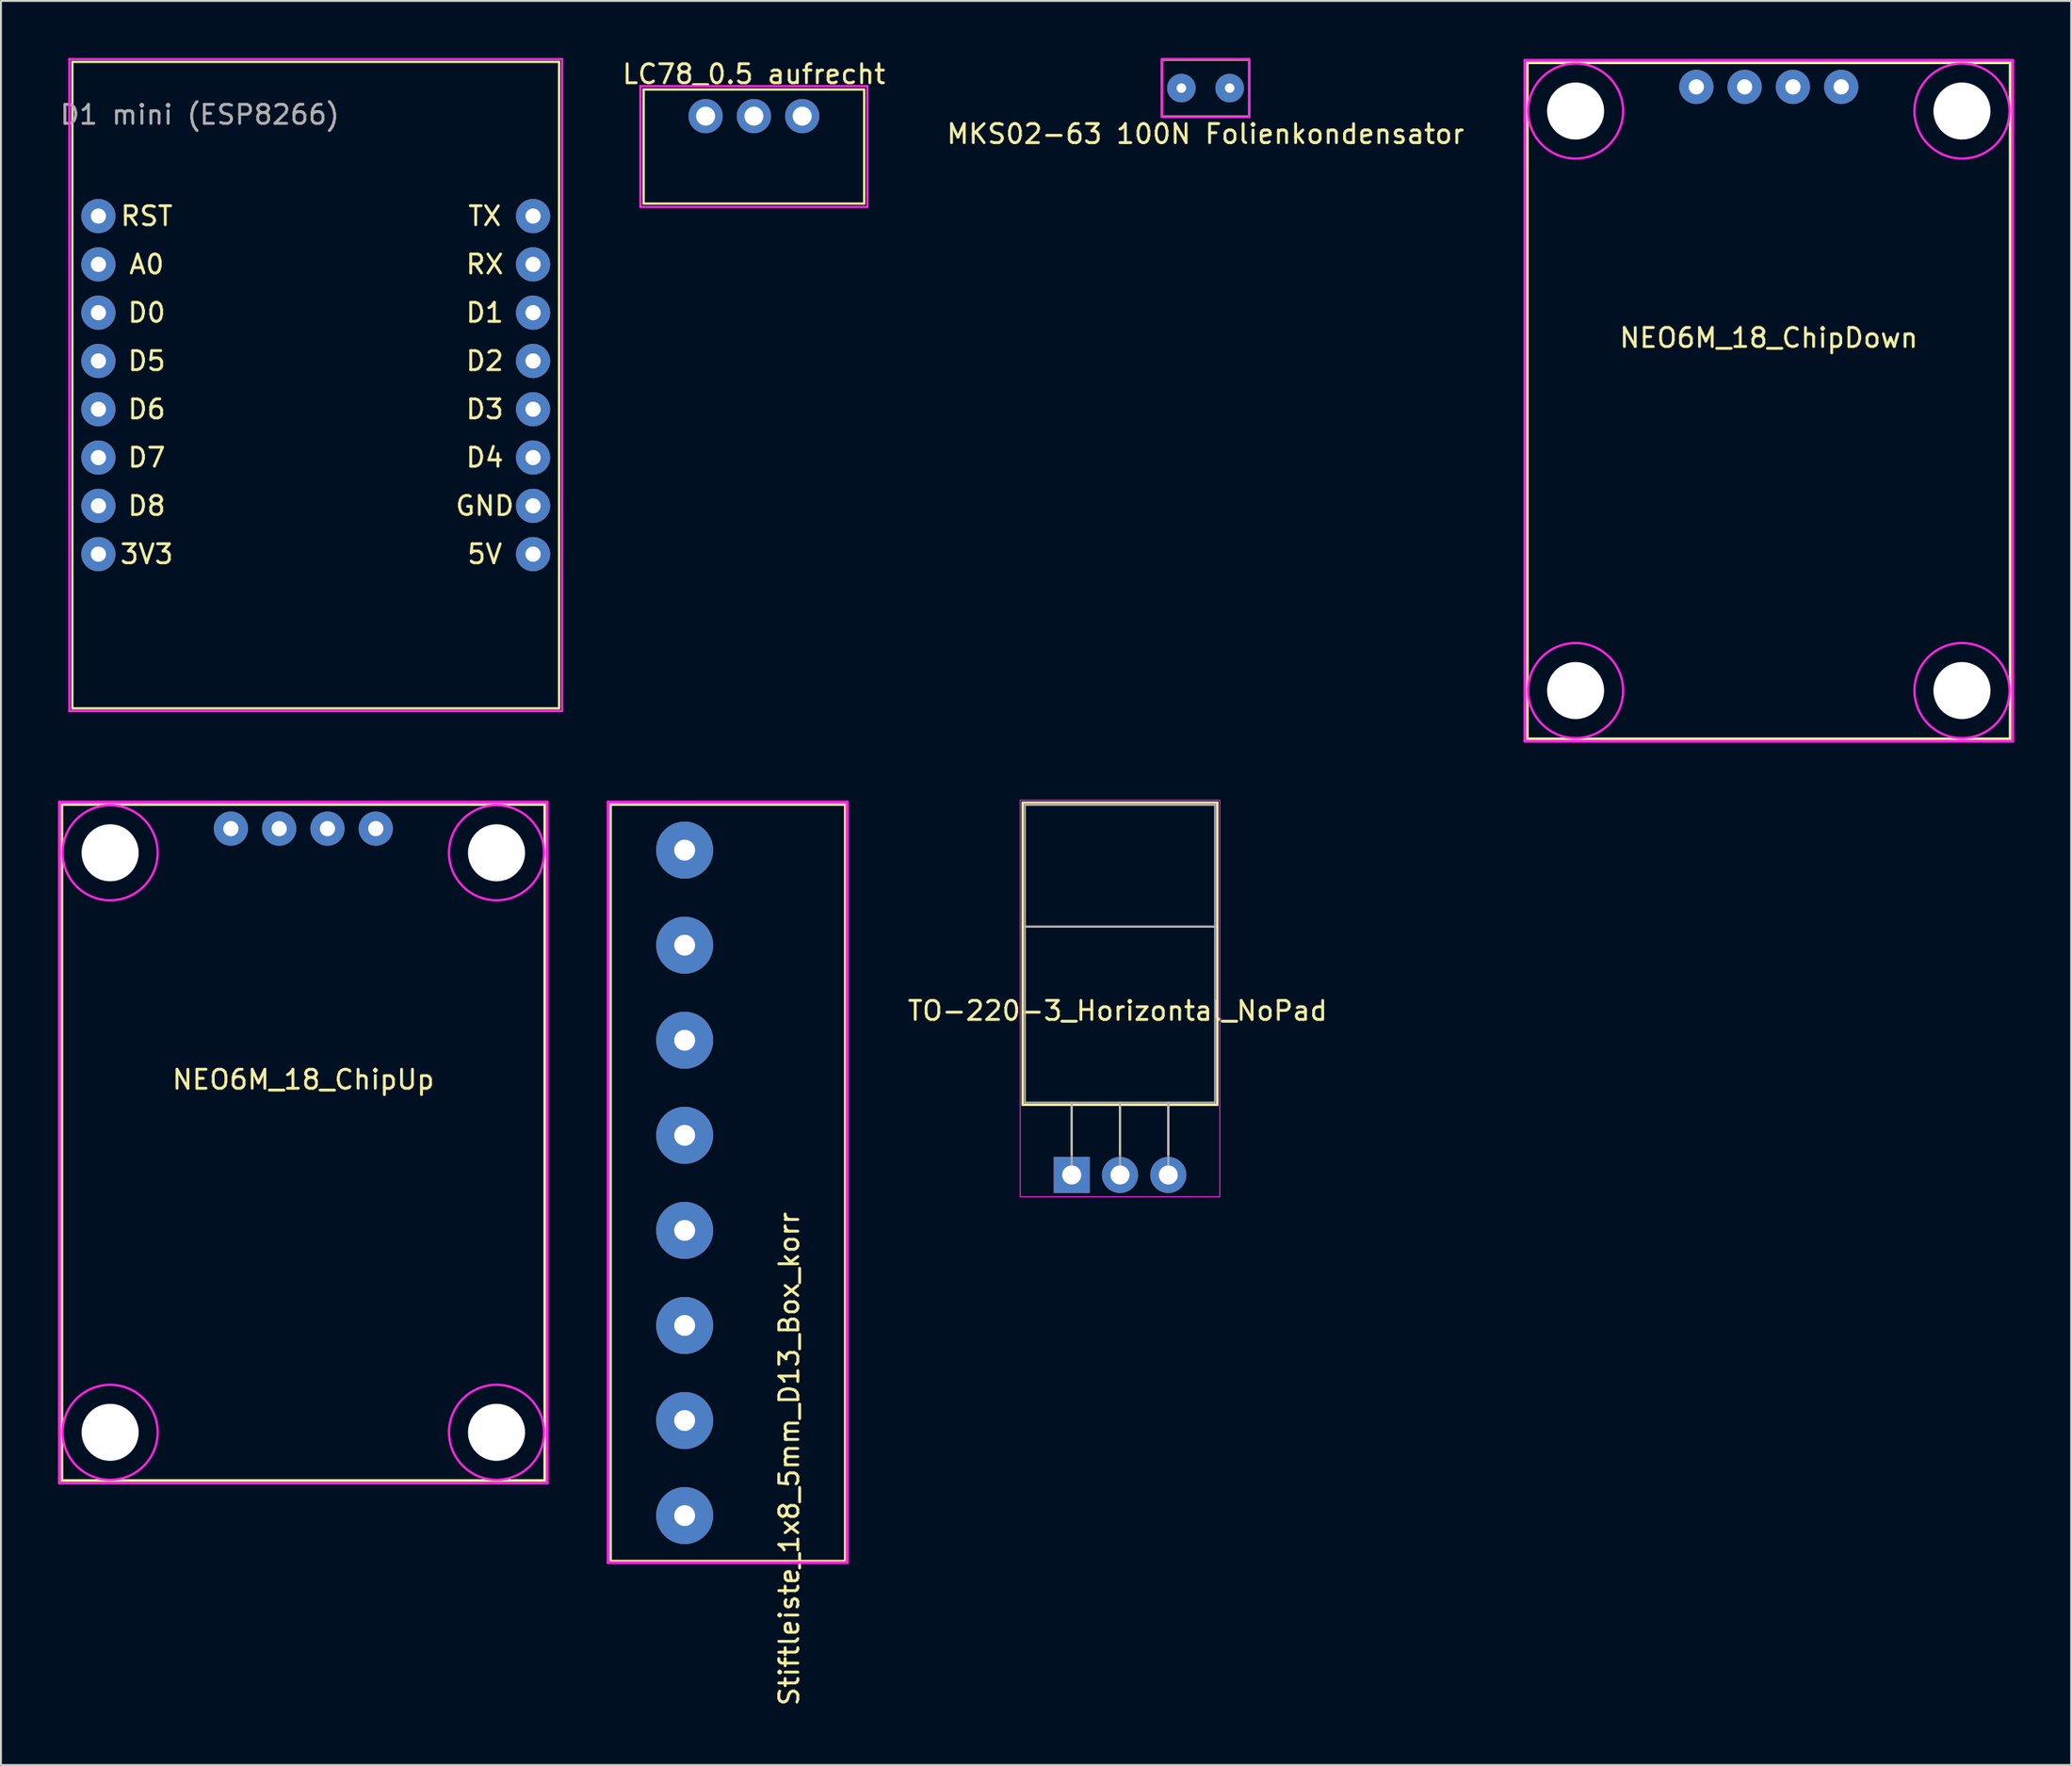
<source format=kicad_pcb>
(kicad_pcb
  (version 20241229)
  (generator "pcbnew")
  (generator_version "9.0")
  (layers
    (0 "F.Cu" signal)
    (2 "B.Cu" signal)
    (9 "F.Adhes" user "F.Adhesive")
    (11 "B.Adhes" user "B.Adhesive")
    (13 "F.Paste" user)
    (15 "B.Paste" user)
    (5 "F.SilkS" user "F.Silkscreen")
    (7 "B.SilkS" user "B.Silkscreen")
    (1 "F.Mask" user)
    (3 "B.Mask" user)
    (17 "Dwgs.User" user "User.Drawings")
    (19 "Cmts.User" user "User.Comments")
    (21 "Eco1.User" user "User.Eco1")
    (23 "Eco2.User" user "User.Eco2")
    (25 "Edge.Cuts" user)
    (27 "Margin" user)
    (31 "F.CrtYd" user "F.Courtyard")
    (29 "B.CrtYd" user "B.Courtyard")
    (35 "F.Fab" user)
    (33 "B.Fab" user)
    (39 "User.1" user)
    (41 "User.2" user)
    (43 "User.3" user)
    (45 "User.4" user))
  (footprint "TO-220-3_Horizontal_NoPad"
    (layer "F.Cu")
    (at 53.311 58.747)
    (property "Reference" "TO-220-3_Horizontal_NoPad" (at 2.413 -8.636 0) (layer "F.SilkS") (effects (font (size 1 1) (thickness 0.15))))
    (attr through_hole)
    (fp_line (start -2.58 -19.58) (end -2.58 -3.69) (stroke (width 0.12) (type solid)) (layer "F.SilkS"))
    (fp_line (start -2.58 -19.58) (end 7.66 -19.58) (stroke (width 0.12) (type solid)) (layer "F.SilkS"))
    (fp_line (start -2.58 -3.69) (end 7.66 -3.69) (stroke (width 0.12) (type solid)) (layer "F.SilkS"))
    (fp_line (start 0 -3.69) (end 0 -1.05) (stroke (width 0.12) (type solid)) (layer "F.SilkS"))
    (fp_line (start 2.54 -3.69) (end 2.54 -1.066) (stroke (width 0.12) (type solid)) (layer "F.SilkS"))
    (fp_line (start 5.08 -3.69) (end 5.08 -1.066) (stroke (width 0.12) (type solid)) (layer "F.SilkS"))
    (fp_line (start 7.66 -19.58) (end 7.66 -3.69) (stroke (width 0.12) (type solid)) (layer "F.SilkS"))
    (fp_line (start -2.71 -19.71) (end -2.71 1.15) (stroke (width 0.05) (type solid)) (layer "F.CrtYd"))
    (fp_line (start -2.71 1.15) (end 7.79 1.15) (stroke (width 0.05) (type solid)) (layer "F.CrtYd"))
    (fp_line (start 7.79 -19.71) (end -2.71 -19.71) (stroke (width 0.05) (type solid)) (layer "F.CrtYd"))
    (fp_line (start 7.79 1.15) (end 7.79 -19.71) (stroke (width 0.05) (type solid)) (layer "F.CrtYd"))
    (fp_line (start -2.46 -19.46) (end 7.54 -19.46) (stroke (width 0.1) (type solid)) (layer "F.Fab"))
    (fp_line (start -2.46 -13.06) (end -2.46 -19.46) (stroke (width 0.1) (type solid)) (layer "F.Fab"))
    (fp_line (start -2.46 -13.06) (end 7.54 -13.06) (stroke (width 0.1) (type solid)) (layer "F.Fab"))
    (fp_line (start -2.46 -3.81) (end -2.46 -13.06) (stroke (width 0.1) (type solid)) (layer "F.Fab"))
    (fp_line (start 0 -3.81) (end 0 0) (stroke (width 0.1) (type solid)) (layer "F.Fab"))
    (fp_line (start 2.54 -3.81) (end 2.54 0) (stroke (width 0.1) (type solid)) (layer "F.Fab"))
    (fp_line (start 5.08 -3.81) (end 5.08 0) (stroke (width 0.1) (type solid)) (layer "F.Fab"))
    (fp_line (start 7.54 -19.46) (end 7.54 -13.06) (stroke (width 0.1) (type solid)) (layer "F.Fab"))
    (fp_line (start 7.54 -13.06) (end -2.46 -13.06) (stroke (width 0.1) (type solid)) (layer "F.Fab"))
    (fp_line (start 7.54 -13.06) (end 7.54 -3.81) (stroke (width 0.1) (type solid)) (layer "F.Fab"))
    (fp_line (start 7.54 -3.81) (end -2.46 -3.81) (stroke (width 0.1) (type solid)) (layer "F.Fab"))
    (pad "1" thru_hole rect (at 0 0) (size 1.9 1.9) (drill 1) (layers "*.Cu" "*.Mask"))
    (pad "2" thru_hole circle (at 2.54 0) (size 1.9 1.9) (drill 1) (layers "*.Cu" "*.Mask"))
    (pad "3" thru_hole circle (at 5.08 0) (size 1.9 1.9) (drill 1) (layers "*.Cu" "*.Mask")))
  (footprint "NEO6M_18_ChipDown"
    (layer "F.Cu")
    (at 89.97 0.25)
    (property "Reference" "NEO6M_18_ChipDown" (at 0 14.47 0) (layer "F.SilkS") (effects (font (size 1 1) (thickness 0.15))))
    (attr through_hole)
    (fp_line (start -12.7 0) (end 12.7 0) (stroke (width 0.15) (type solid)) (layer "F.SilkS"))
    (fp_line (start -12.7 35.56) (end -12.7 0) (stroke (width 0.15) (type solid)) (layer "F.SilkS"))
    (fp_line (start 12.7 0) (end 12.7 35.56) (stroke (width 0.15) (type solid)) (layer "F.SilkS"))
    (fp_line (start 12.7 35.56) (end -12.7 35.56) (stroke (width 0.15) (type solid)) (layer "F.SilkS"))
    (fp_line (start -12.827 -0.127) (end 12.827 -0.127) (stroke (width 0.15) (type solid)) (layer "F.CrtYd"))
    (fp_line (start -12.827 35.687) (end -12.827 -0.127) (stroke (width 0.15) (type solid)) (layer "F.CrtYd"))
    (fp_line (start 12.827 -0.127) (end 12.827 35.687) (stroke (width 0.15) (type solid)) (layer "F.CrtYd"))
    (fp_line (start 12.827 35.687) (end -12.827 35.687) (stroke (width 0.15) (type solid)) (layer "F.CrtYd"))
    (fp_circle (center -10.16 2.54) (end -7.66 2.54) (stroke (width 0.12) (type solid)) (fill no) (layer "F.CrtYd"))
    (fp_circle (center -10.16 33.02) (end -7.66 33.02) (stroke (width 0.12) (type solid)) (fill no) (layer "F.CrtYd"))
    (fp_circle (center 10.16 2.54) (end 12.66 2.54) (stroke (width 0.12) (type solid)) (fill no) (layer "F.CrtYd"))
    (fp_circle (center 10.16 33.02) (end 12.66 33.02) (stroke (width 0.12) (type solid)) (fill no) (layer "F.CrtYd"))
    (pad "" np_thru_hole circle (at -10.16 2.54) (size 3 3) (drill 3) (layers "*.Cu" "*.Mask"))
    (pad "" np_thru_hole circle (at -10.16 33.02) (size 3 3) (drill 3) (layers "*.Cu" "*.Mask"))
    (pad "" np_thru_hole circle (at 10.16 2.54) (size 3 3) (drill 3) (layers "*.Cu" "*.Mask"))
    (pad "" np_thru_hole circle (at 10.16 33.02) (size 3 3) (drill 3) (layers "*.Cu" "*.Mask"))
    (pad "1" thru_hole circle (at 3.81 1.27) (size 1.8 1.8) (drill 0.8) (layers "*.Cu" "*.Mask"))
    (pad "2" thru_hole circle (at 1.27 1.27) (size 1.8 1.8) (drill 0.8) (layers "*.Cu" "*.Mask"))
    (pad "3" thru_hole circle (at -1.27 1.27) (size 1.8 1.8) (drill 0.8) (layers "*.Cu" "*.Mask"))
    (pad "4" thru_hole circle (at -3.81 1.27) (size 1.8 1.8) (drill 0.8) (layers "*.Cu" "*.Mask")))
  (footprint "MKS02-63 100N Folienkondensator"
    (layer "F.Cu")
    (at 60.348 1.584)
    (property "Reference" "MKS02-63 100N Folienkondensator" (at 0 2.413 180) (layer "F.SilkS") (effects (font (size 1 1) (thickness 0.15))))
    (attr through_hole)
    (fp_line (start -2.3 -1.5) (end -2.3 1.5) (stroke (width 0.12) (type solid)) (layer "F.SilkS"))
    (fp_line (start -2.3 -1.5) (end 2.3 -1.5) (stroke (width 0.12) (type solid)) (layer "F.SilkS"))
    (fp_line (start -2.3 1.5) (end 2.3 1.5) (stroke (width 0.12) (type solid)) (layer "F.SilkS"))
    (fp_line (start 2.3 -1.5) (end 2.3 1.5) (stroke (width 0.12) (type solid)) (layer "F.SilkS"))
    (fp_line (start -2.286 -1.524) (end 2.286 -1.524) (stroke (width 0.12) (type solid)) (layer "F.CrtYd"))
    (fp_line (start -2.286 1.524) (end -2.286 -1.524) (stroke (width 0.12) (type solid)) (layer "F.CrtYd"))
    (fp_line (start 2.286 -1.524) (end 2.286 1.524) (stroke (width 0.12) (type solid)) (layer "F.CrtYd"))
    (fp_line (start 2.286 1.524) (end -2.286 1.524) (stroke (width 0.12) (type solid)) (layer "F.CrtYd"))
    (pad "1" thru_hole circle (at -1.27 0) (size 1.5 1.5) (drill 0.5) (layers "*.Cu" "*.Mask"))
    (pad "2" thru_hole circle (at 1.27 0) (size 1.5 1.5) (drill 0.5) (layers "*.Cu" "*.Mask")))
  (footprint "D1 mini (ESP8266)"
    (layer "F.Cu")
    (at 13.554 17.205)
    (property "Reference" "D1 mini (ESP8266)" (at -6.096 -14.224 0) (layer "F.Fab") (effects (font (size 1 1) (thickness 0.15))))
    (attr through_hole)
    (fp_line (start -12.8 -17) (end -12.8 17) (stroke (width 0.12) (type solid)) (layer "F.SilkS"))
    (fp_line (start -12.8 -17) (end 12.8 -17) (stroke (width 0.12) (type solid)) (layer "F.SilkS"))
    (fp_line (start -12.8 17) (end 12.8 17) (stroke (width 0.12) (type solid)) (layer "F.SilkS"))
    (fp_line (start 12.8 -17) (end 12.8 17) (stroke (width 0.12) (type solid)) (layer "F.SilkS"))
    (fp_line (start -12.954 -17.145) (end 12.954 -17.145) (stroke (width 0.12) (type solid)) (layer "F.CrtYd"))
    (fp_line (start -12.954 17.145) (end -12.954 -17.145) (stroke (width 0.12) (type solid)) (layer "F.CrtYd"))
    (fp_line (start 12.954 -17.145) (end 12.954 17.145) (stroke (width 0.12) (type solid)) (layer "F.CrtYd"))
    (fp_line (start 12.954 17.145) (end -12.954 17.145) (stroke (width 0.12) (type solid)) (layer "F.CrtYd"))
    (fp_text user "D3" (at 8.89 1.27 180) (layer "F.SilkS") (effects (font (size 1 1) (thickness 0.15))))
    (fp_text user "TX" (at 8.89 -8.89 180) (layer "F.SilkS") (effects (font (size 1 1) (thickness 0.15))))
    (fp_text user "3V3" (at -8.89 8.89 180) (layer "F.SilkS") (effects (font (size 1 1) (thickness 0.15))))
    (fp_text user "RST" (at -8.89 -8.89 180) (layer "F.SilkS") (effects (font (size 1 1) (thickness 0.15))))
    (fp_text user "D7" (at -8.89 3.81 180) (layer "F.SilkS") (effects (font (size 1 1) (thickness 0.15))))
    (fp_text user "D4" (at 8.89 3.81 180) (layer "F.SilkS") (effects (font (size 1 1) (thickness 0.15))))
    (fp_text user "A0" (at -8.89 -6.35 180) (layer "F.SilkS") (effects (font (size 1 1) (thickness 0.15))))
    (fp_text user "D6" (at -8.89 1.27 180) (layer "F.SilkS") (effects (font (size 1 1) (thickness 0.15))))
    (fp_text user "D8" (at -8.89 6.35 180) (layer "F.SilkS") (effects (font (size 1 1) (thickness 0.15))))
    (fp_text user "5V" (at 8.89 8.89 180) (layer "F.SilkS") (effects (font (size 1 1) (thickness 0.15))))
    (fp_text user "GND" (at 8.89 6.35 180) (layer "F.SilkS") (effects (font (size 1 1) (thickness 0.15))))
    (fp_text user "D2" (at 8.89 -1.27 180) (layer "F.SilkS") (effects (font (size 1 1) (thickness 0.15))))
    (fp_text user "D0" (at -8.89 -3.81 180) (layer "F.SilkS") (effects (font (size 1 1) (thickness 0.15))))
    (fp_text user "RX" (at 8.89 -6.35 180) (layer "F.SilkS") (effects (font (size 1 1) (thickness 0.15))))
    (fp_text user "D5" (at -8.89 -1.27 180) (layer "F.SilkS") (effects (font (size 1 1) (thickness 0.15))))
    (fp_text user "D1" (at 8.89 -3.81 180) (layer "F.SilkS") (effects (font (size 1 1) (thickness 0.15))))
    (pad "1" thru_hole circle (at -11.43 -8.89) (size 1.8 1.8) (drill 0.8) (layers "*.Cu" "*.Mask"))
    (pad "2" thru_hole circle (at -11.43 -6.35) (size 1.8 1.8) (drill 0.8) (layers "*.Cu" "*.Mask"))
    (pad "3" thru_hole circle (at -11.43 -3.81) (size 1.8 1.8) (drill 0.8) (layers "*.Cu" "*.Mask"))
    (pad "4" thru_hole circle (at -11.43 -1.27) (size 1.8 1.8) (drill 0.8) (layers "*.Cu" "*.Mask"))
    (pad "5" thru_hole circle (at -11.43 1.27) (size 1.8 1.8) (drill 0.8) (layers "*.Cu" "*.Mask"))
    (pad "6" thru_hole circle (at -11.43 3.81) (size 1.8 1.8) (drill 0.8) (layers "*.Cu" "*.Mask"))
    (pad "7" thru_hole circle (at -11.43 6.35) (size 1.8 1.8) (drill 0.8) (layers "*.Cu" "*.Mask"))
    (pad "8" thru_hole circle (at -11.43 8.89) (size 1.8 1.8) (drill 0.8) (layers "*.Cu" "*.Mask"))
    (pad "9" thru_hole circle (at 11.43 -8.89) (size 1.8 1.8) (drill 0.8) (layers "*.Cu" "*.Mask"))
    (pad "10" thru_hole circle (at 11.43 -6.35) (size 1.8 1.8) (drill 0.8) (layers "*.Cu" "*.Mask"))
    (pad "11" thru_hole circle (at 11.43 -3.81) (size 1.8 1.8) (drill 0.8) (layers "*.Cu" "*.Mask"))
    (pad "12" thru_hole circle (at 11.43 -1.27) (size 1.8 1.8) (drill 0.8) (layers "*.Cu" "*.Mask"))
    (pad "13" thru_hole circle (at 11.43 1.27) (size 1.8 1.8) (drill 0.8) (layers "*.Cu" "*.Mask"))
    (pad "14" thru_hole circle (at 11.43 3.81) (size 1.8 1.8) (drill 0.8) (layers "*.Cu" "*.Mask"))
    (pad "15" thru_hole circle (at 11.43 6.35) (size 1.8 1.8) (drill 0.8) (layers "*.Cu" "*.Mask"))
    (pad "16" thru_hole circle (at 11.43 8.89) (size 1.8 1.8) (drill 0.8) (layers "*.Cu" "*.Mask")))
  (footprint "Stiftleiste_1x8_5mm_D13_Box_korr"
    (layer "F.Cu")
    (at 29.054 39.262)
    (property "Reference" "Stiftleiste_1x8_5mm_D13_Box_korr" (at 9.398 34.417 90) (layer "F.SilkS") (effects (font (size 1 1) (thickness 0.15))))
    (attr through_hole)
    (fp_line (start 0 0) (end 0 39.8) (stroke (width 0.15) (type solid)) (layer "F.SilkS"))
    (fp_line (start 0 0) (end 12.355 0) (stroke (width 0.15) (type solid)) (layer "F.SilkS"))
    (fp_line (start 0 39.8) (end 12.355 39.8) (stroke (width 0.15) (type solid)) (layer "F.SilkS"))
    (fp_line (start 12.355 0) (end 12.355 39.8) (stroke (width 0.15) (type solid)) (layer "F.SilkS"))
    (fp_line (start -0.127 -0.127) (end -0.127 39.878) (stroke (width 0.15) (type solid)) (layer "F.CrtYd"))
    (fp_line (start -0.127 -0.127) (end 12.446 -0.127) (stroke (width 0.15) (type solid)) (layer "F.CrtYd"))
    (fp_line (start -0.127 39.878) (end 12.446 39.878) (stroke (width 0.15) (type solid)) (layer "F.CrtYd"))
    (fp_line (start 12.446 -0.127) (end 12.446 39.878) (stroke (width 0.15) (type solid)) (layer "F.CrtYd"))
    (pad "1" thru_hole circle (at 3.902 2.4) (size 3 3) (drill 1.1) (layers "*.Cu" "*.Mask"))
    (pad "2" thru_hole circle (at 3.902 7.4) (size 3 3) (drill 1.1) (layers "*.Cu" "*.Mask"))
    (pad "3" thru_hole circle (at 3.902 12.4) (size 3 3) (drill 1.1) (layers "*.Cu" "*.Mask"))
    (pad "4" thru_hole circle (at 3.902 17.4) (size 3 3) (drill 1.1) (layers "*.Cu" "*.Mask"))
    (pad "5" thru_hole circle (at 3.902 22.4) (size 3 3) (drill 1.1) (layers "*.Cu" "*.Mask"))
    (pad "6" thru_hole circle (at 3.902 27.4) (size 3 3) (drill 1.1) (layers "*.Cu" "*.Mask"))
    (pad "7" thru_hole circle (at 3.902 32.4) (size 3 3) (drill 1.1) (layers "*.Cu" "*.Mask"))
    (pad "8" thru_hole circle (at 3.902 37.4) (size 3 3) (drill 1.1) (layers "*.Cu" "*.Mask")))
  (footprint "NEO6M_18_ChipUp"
    (layer "F.Cu")
    (at 12.902 39.262)
    (property "Reference" "NEO6M_18_ChipUp" (at 0 14.47 0) (layer "F.SilkS") (effects (font (size 1 1) (thickness 0.15))))
    (attr through_hole)
    (fp_line (start -12.7 0) (end 12.7 0) (stroke (width 0.15) (type solid)) (layer "F.SilkS"))
    (fp_line (start -12.7 35.56) (end -12.7 0) (stroke (width 0.15) (type solid)) (layer "F.SilkS"))
    (fp_line (start 12.7 0) (end 12.7 35.56) (stroke (width 0.15) (type solid)) (layer "F.SilkS"))
    (fp_line (start 12.7 35.56) (end -12.7 35.56) (stroke (width 0.15) (type solid)) (layer "F.SilkS"))
    (fp_line (start -12.827 -0.127) (end 12.827 -0.127) (stroke (width 0.15) (type solid)) (layer "F.CrtYd"))
    (fp_line (start -12.827 35.687) (end -12.827 -0.127) (stroke (width 0.15) (type solid)) (layer "F.CrtYd"))
    (fp_line (start 12.827 -0.127) (end 12.827 35.687) (stroke (width 0.15) (type solid)) (layer "F.CrtYd"))
    (fp_line (start 12.827 35.687) (end -12.827 35.687) (stroke (width 0.15) (type solid)) (layer "F.CrtYd"))
    (fp_circle (center -10.16 2.54) (end -7.66 2.54) (stroke (width 0.12) (type solid)) (fill no) (layer "F.CrtYd"))
    (fp_circle (center -10.16 33.02) (end -7.66 33.02) (stroke (width 0.12) (type solid)) (fill no) (layer "F.CrtYd"))
    (fp_circle (center 10.16 2.54) (end 12.66 2.54) (stroke (width 0.12) (type solid)) (fill no) (layer "F.CrtYd"))
    (fp_circle (center 10.16 33.02) (end 12.66 33.02) (stroke (width 0.12) (type solid)) (fill no) (layer "F.CrtYd"))
    (pad "" np_thru_hole circle (at -10.16 2.54) (size 3 3) (drill 3) (layers "*.Cu" "*.Mask"))
    (pad "" np_thru_hole circle (at -10.16 33.02) (size 3 3) (drill 3) (layers "*.Cu" "*.Mask"))
    (pad "" np_thru_hole circle (at 10.16 2.54) (size 3 3) (drill 3) (layers "*.Cu" "*.Mask"))
    (pad "" np_thru_hole circle (at 10.16 33.02) (size 3 3) (drill 3) (layers "*.Cu" "*.Mask"))
    (pad "1" thru_hole circle (at -3.81 1.27) (size 1.8 1.8) (drill 0.8) (layers "*.Cu" "*.Mask"))
    (pad "2" thru_hole circle (at -1.27 1.27) (size 1.8 1.8) (drill 0.8) (layers "*.Cu" "*.Mask"))
    (pad "3" thru_hole circle (at 1.27 1.27) (size 1.8 1.8) (drill 0.8) (layers "*.Cu" "*.Mask"))
    (pad "4" thru_hole circle (at 3.81 1.27) (size 1.8 1.8) (drill 0.8) (layers "*.Cu" "*.Mask")))
  (footprint "LC78_0.5 aufrecht"
    (layer "F.Cu")
    (at 36.598 4.658)
    (property "Reference" "LC78_0.5 aufrecht" (at 0 -3.81 0) (layer "F.SilkS") (effects (font (size 1 1) (thickness 0.15))))
    (attr through_hole)
    (fp_line (start -5.8 -3) (end -5.8 3) (stroke (width 0.12) (type solid)) (layer "F.SilkS"))
    (fp_line (start -5.8 -3) (end 5.8 -3) (stroke (width 0.12) (type solid)) (layer "F.SilkS"))
    (fp_line (start -5.8 3) (end 5.8 3) (stroke (width 0.12) (type solid)) (layer "F.SilkS"))
    (fp_line (start 5.8 -3) (end 5.8 3) (stroke (width 0.12) (type solid)) (layer "F.SilkS"))
    (fp_line (start -5.969 -3.175) (end 5.969 -3.175) (stroke (width 0.12) (type solid)) (layer "F.CrtYd"))
    (fp_line (start -5.969 3.175) (end -5.969 -3.175) (stroke (width 0.12) (type solid)) (layer "F.CrtYd"))
    (fp_line (start 5.969 -3.175) (end 5.969 3.175) (stroke (width 0.12) (type solid)) (layer "F.CrtYd"))
    (fp_line (start 5.969 3.175) (end -5.969 3.175) (stroke (width 0.12) (type solid)) (layer "F.CrtYd"))
    (pad "1" thru_hole circle (at 2.54 -1.6) (size 1.8 1.8) (drill 1) (layers "*.Cu" "*.Mask"))
    (pad "2" thru_hole circle (at 0 -1.6) (size 1.8 1.8) (drill 1) (layers "*.Cu" "*.Mask"))
    (pad "3" thru_hole circle (at -2.54 -1.6) (size 1.8 1.8) (drill 1) (layers "*.Cu" "*.Mask")))
  (gr_rect
    (start -3 -3)
    (end 105.872 89.78)
    (stroke (width 0.1) (type default))
    (fill no)
    (layer "Edge.Cuts")))
</source>
